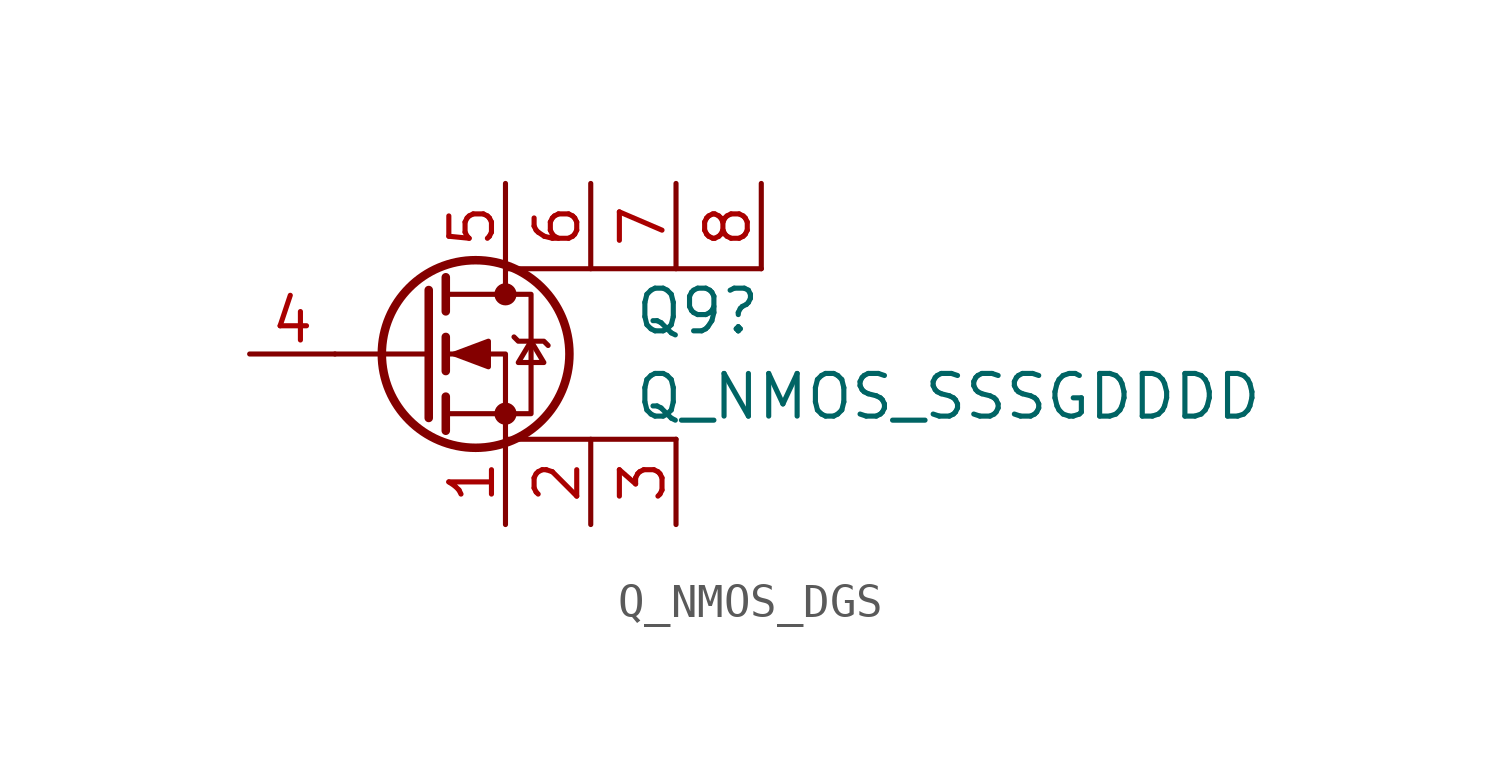
<source format=kicad_sym>
(kicad_symbol_lib
  (version 20231120)
  (generator "kicad_symbol_editor")
  (generator_version "8.0")
  (symbol "Q_NMOS_DGS"
    (pin_names
      (offset 0) hide)
    (property "Reference" "Q9"
      (at 6.35 1.27 0)
      (effects (font (size 1.27 1.27)) (justify left)))
    (property "Value" "Q_NMOS_SSSGDDDD"
      (at 6.35 -1.27 0)
      (effects (font (size 1.27 1.27)) (justify left)))
    (symbol "Q_NMOS_DGS_0_1"
      (polyline (pts (xy 0.254 0) (xy -2.54 0)) (stroke (width 0) (type default)) (fill (type none)))
      (polyline (pts (xy 0.254 1.905) (xy 0.254 -1.905)) (stroke (width 0.254) (type default)) (fill (type none)))
      (polyline (pts (xy 0.762 -1.27) (xy 0.762 -2.286)) (stroke (width 0.254) (type default)) (fill (type none)))
      (polyline (pts (xy 0.762 0.508) (xy 0.762 -0.508)) (stroke (width 0.254) (type default)) (fill (type none)))
      (polyline (pts (xy 0.762 2.286) (xy 0.762 1.27)) (stroke (width 0.254) (type default)) (fill (type none)))
      (polyline (pts (xy 2.54 2.54) (xy 2.54 1.778)) (stroke (width 0) (type default)) (fill (type none)))
      (polyline (pts (xy 7.62 -2.54) (xy 2.54 -2.54)) (stroke (width 0) (type default)) (fill (type none)))
      (polyline (pts (xy 10.16 2.54) (xy 2.54 2.54)) (stroke (width 0) (type default)) (fill (type none)))
      (polyline (pts (xy 2.54 -2.54) (xy 2.54 0) (xy 0.762 0)) (stroke (width 0) (type default)) (fill (type none)))
      (polyline (pts (xy 0.762 -1.778) (xy 3.302 -1.778) (xy 3.302 1.778) (xy 0.762 1.778)) (stroke (width 0) (type default)) (fill (type none)))
      (polyline (pts (xy 1.016 0) (xy 2.032 0.381) (xy 2.032 -0.381) (xy 1.016 0)) (stroke (width 0) (type default)) (fill (type outline)))
      (polyline (pts (xy 2.794 0.508) (xy 2.921 0.381) (xy 3.683 0.381) (xy 3.81 0.254)) (stroke (width 0) (type default)) (fill (type none)))
      (polyline (pts (xy 3.302 0.381) (xy 2.921 -0.254) (xy 3.683 -0.254) (xy 3.302 0.381)) (stroke (width 0) (type default)) (fill (type none)))
      (circle (center 1.651 0) (radius 2.794) (stroke (width 0.254) (type default)) (fill (type none)))
      (circle (center 2.54 -1.778) (radius 0.254) (stroke (width 0) (type default)) (fill (type outline)))
      (circle (center 2.54 1.778) (radius 0.254) (stroke (width 0) (type default)) (fill (type outline))))
    (symbol "Q_NMOS_DGS_1_1"
      (pin passive line (at 2.54 -5.08 90) (length 2.54) (name "S" (effects (font (size 1.27 1.27)))) (number "1" (effects (font (size 1.27 1.27)))))
      (pin passive line (at 5.08 -5.08 90) (length 2.54) (name "S" (effects (font (size 1.27 1.27)))) (number "2" (effects (font (size 1.27 1.27)))))
      (pin passive line (at 7.62 -5.08 90) (length 2.54) (name "S" (effects (font (size 1.27 1.27)))) (number "3" (effects (font (size 1.27 1.27)))))
      (pin input line (at -5.08 0 0) (length 2.54) (name "G" (effects (font (size 1.27 1.27)))) (number "4" (effects (font (size 1.27 1.27)))))
      (pin passive line (at 2.54 5.08 270) (length 2.54) (name "D" (effects (font (size 1.27 1.27)))) (number "5" (effects (font (size 1.27 1.27)))))
      (pin passive line (at 5.08 5.08 270) (length 2.54) (name "D" (effects (font (size 1.27 1.27)))) (number "6" (effects (font (size 1.27 1.27)))))
      (pin passive line (at 7.62 5.08 270) (length 2.54) (name "D" (effects (font (size 1.27 1.27)))) (number "7" (effects (font (size 1.27 1.27)))))
      (pin passive line (at 10.16 5.08 270) (length 2.54) (name "D" (effects (font (size 1.27 1.27)))) (number "8" (effects (font (size 1.27 1.27))))))))
</source>
